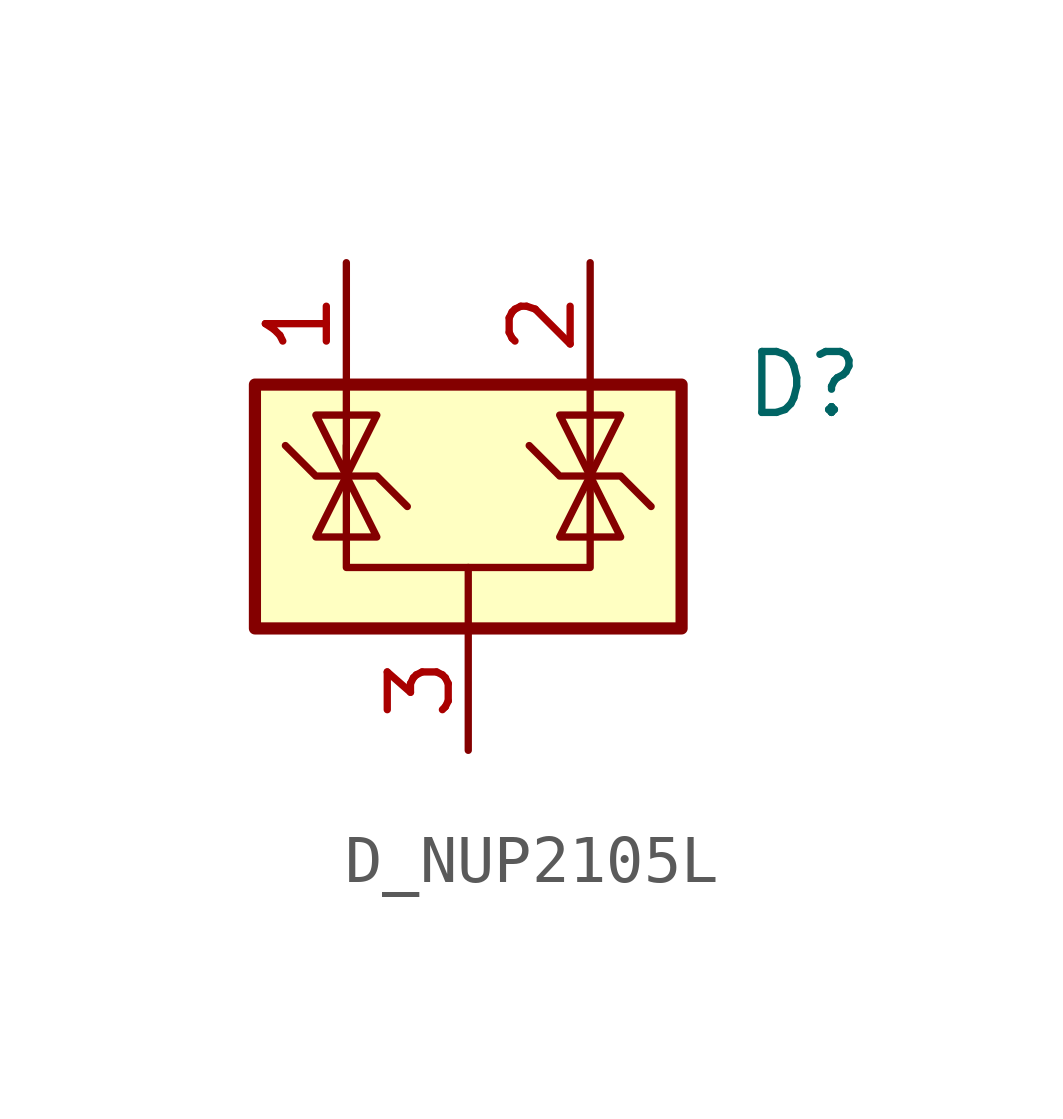
<source format=kicad_sym>
(kicad_symbol_lib
  (version 20220914)
  (generator kicad_symbol_editor)
  (symbol "D_NUP2105L"
    (pin_names hide)
    (property "Reference" "D"
      (at 5.715 2.54 0)
      (effects (font (size 1.27 1.27)) (justify left)))
    (symbol "D_NUP2105L_0_0"
      (pin passive line (at 0 -5.08 90) (length 2.54) (name "A" (effects (font (size 1.27 1.27)))) (number "3" (effects (font (size 1.27 1.27))))))
    (symbol "D_NUP2105L_0_1"
      (rectangle (start -4.445 2.54) (end 4.445 -2.54) (stroke (width 0.254) (type default)) (fill (type background)))
      (polyline (pts (xy -2.54 2.54) (xy -2.54 0.635)) (stroke (width 0) (type default)) (fill (type none)))
      (polyline (pts (xy 0 -1.27) (xy 0 -2.54)) (stroke (width 0) (type default)) (fill (type none)))
      (polyline (pts (xy 2.54 2.54) (xy 2.54 0.635)) (stroke (width 0) (type default)) (fill (type none)))
      (polyline (pts (xy -3.81 1.27) (xy -3.175 0.635) (xy -1.905 0.635) (xy -1.27 0)) (stroke (width 0) (type default)) (fill (type none)))
      (polyline (pts (xy -2.54 0.635) (xy -2.54 -1.27) (xy 2.54 -1.27) (xy 2.54 0.635)) (stroke (width 0) (type default)) (fill (type none)))
      (polyline (pts (xy -2.54 0.635) (xy -1.905 -0.635) (xy -3.175 -0.635) (xy -2.54 0.635)) (stroke (width 0) (type default)) (fill (type none)))
      (polyline (pts (xy 2.54 0.635) (xy 1.905 -0.635) (xy 3.175 -0.635) (xy 2.54 0.635)) (stroke (width 0) (type default)) (fill (type none)))
      (polyline (pts (xy 2.54 0.635) (xy 3.175 1.905) (xy 1.905 1.905) (xy 2.54 0.635)) (stroke (width 0) (type default)) (fill (type none)))
      (polyline (pts (xy -2.54 0.635) (xy -3.175 1.905) (xy -1.905 1.905) (xy -2.54 0.635) (xy -2.54 1.27)) (stroke (width 0) (type default)) (fill (type none)))
      (polyline (pts (xy 1.27 1.27) (xy 1.905 0.635) (xy 2.54 0.635) (xy 3.175 0.635) (xy 3.81 0)) (stroke (width 0) (type default)) (fill (type none))))
    (symbol "D_NUP2105L_1_1"
      (pin passive line (at -2.54 5.08 270) (length 2.54) (name "K" (effects (font (size 1.27 1.27)))) (number "1" (effects (font (size 1.27 1.27)))))
      (pin passive line (at 2.54 5.08 270) (length 2.54) (name "K" (effects (font (size 1.27 1.27)))) (number "2" (effects (font (size 1.27 1.27))))))))
</source>
